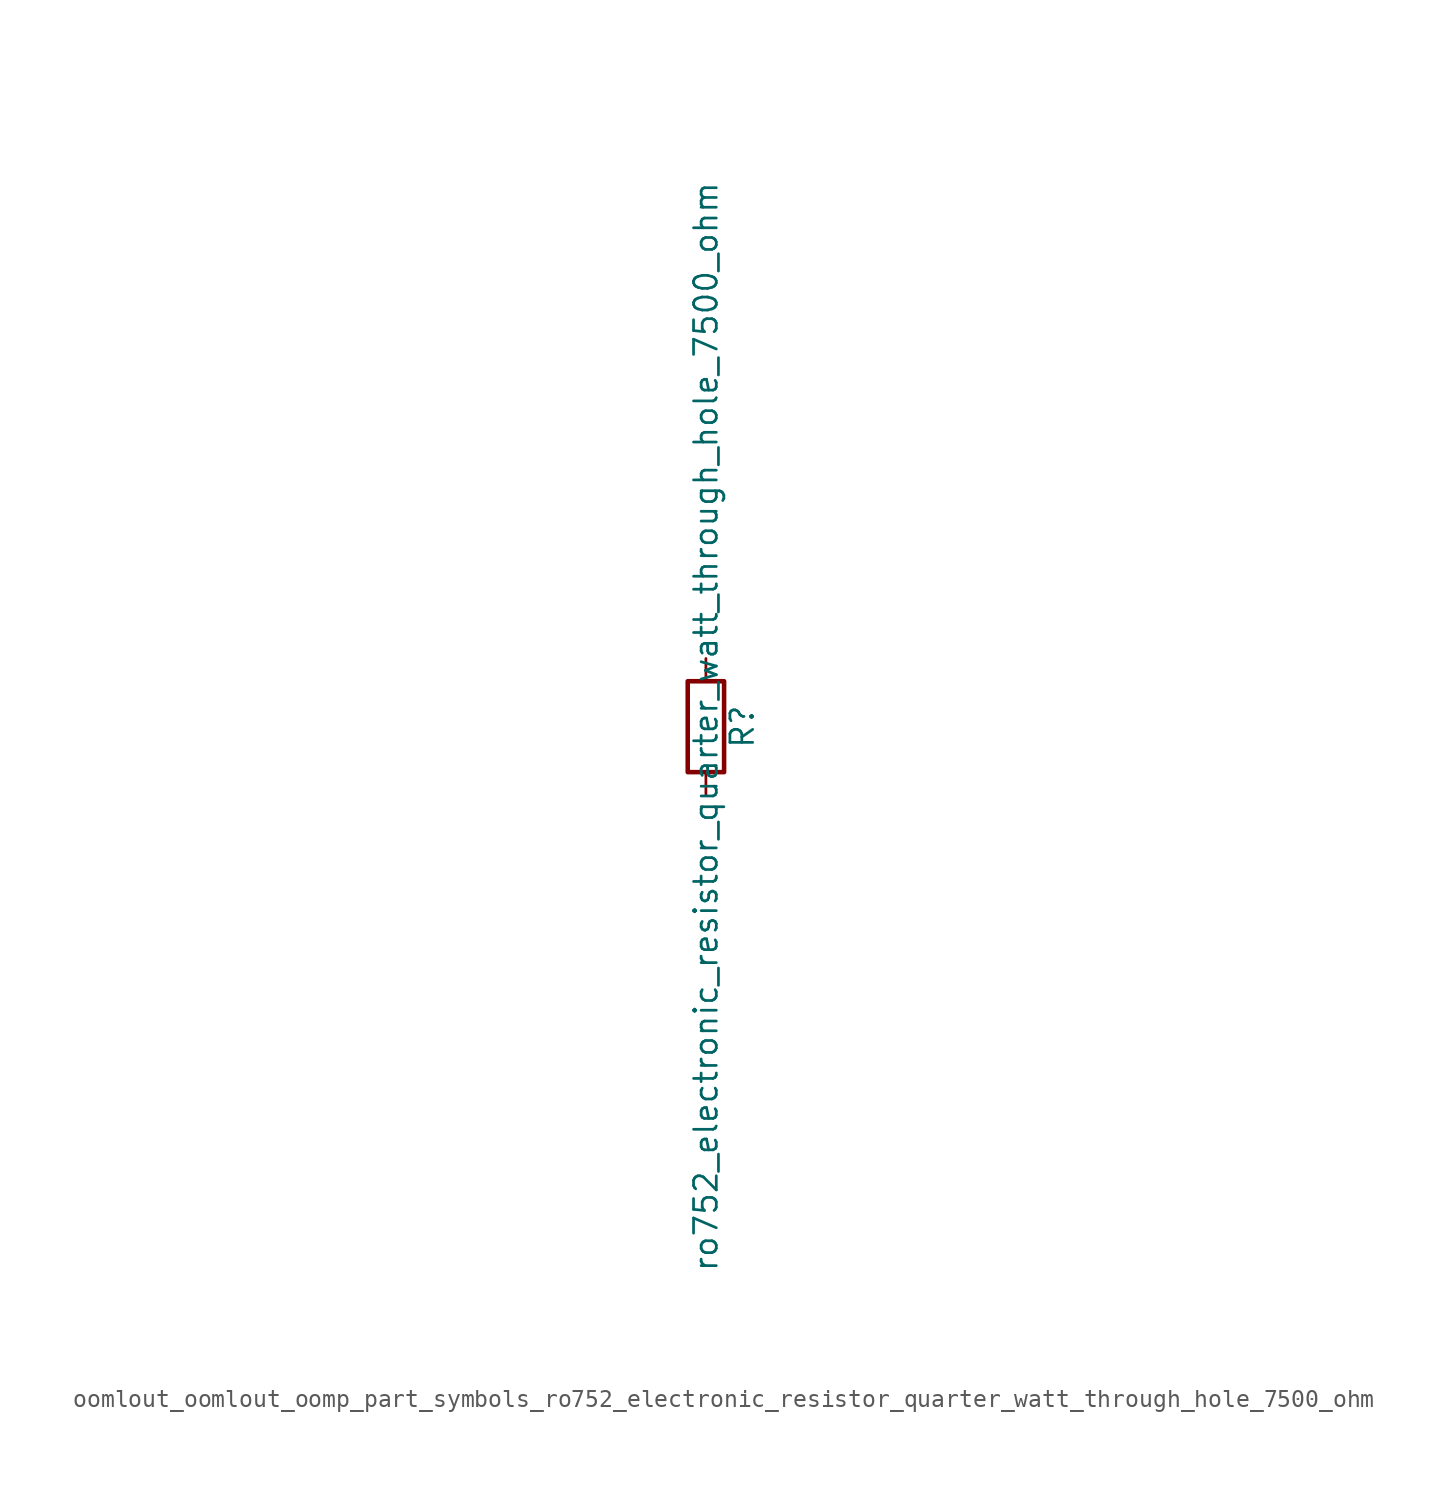
<source format=kicad_sym>
(kicad_symbol_lib
  (version 20220914)
  (generator kicad_symbol_editor)
  (symbol "oomlout_oomlout_oomp_part_symbols_ro752_electronic_resistor_quarter_watt_through_hole_7500_ohm"
    (pin_numbers hide)
    (pin_names
      (offset 0))
    (property "Reference" "R"
      (at 2.032 0 90)
      (effects (font (size 1.27 1.27))))
    (property "Value" "ro752_electronic_resistor_quarter_watt_through_hole_7500_ohm"
      (at 0 0 90)
      (effects (font (size 1.27 1.27))))
    (symbol "oomlout_oomlout_oomp_part_symbols_ro752_electronic_resistor_quarter_watt_through_hole_7500_ohm_0_1"
      (rectangle (start -1.016 -2.54) (end 1.016 2.54) (stroke (width 0.254) (type default)) (fill (type none))))
    (symbol "oomlout_oomlout_oomp_part_symbols_ro752_electronic_resistor_quarter_watt_through_hole_7500_ohm_1_1"
      (pin passive line (at 0 3.81 270) (length 1.27) (name "~" (effects (font (size 1.27 1.27)))) (number "1" (effects (font (size 1.27 1.27)))))
      (pin passive line (at 0 -3.81 90) (length 1.27) (name "~" (effects (font (size 1.27 1.27)))) (number "2" (effects (font (size 1.27 1.27))))))))
</source>
